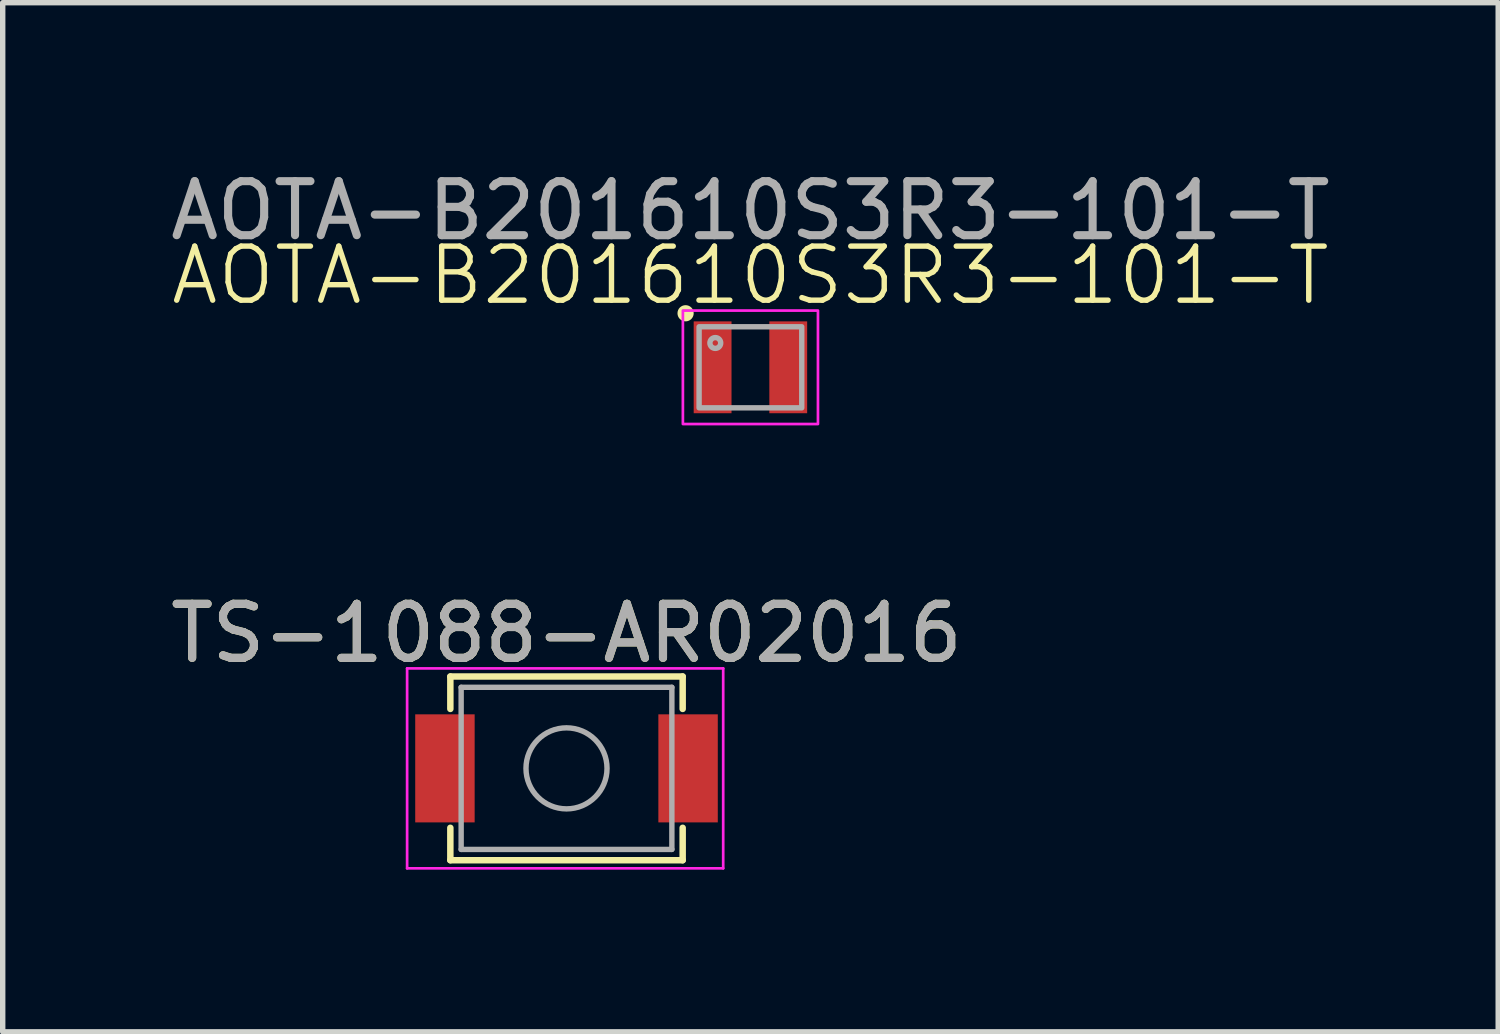
<source format=kicad_pcb>
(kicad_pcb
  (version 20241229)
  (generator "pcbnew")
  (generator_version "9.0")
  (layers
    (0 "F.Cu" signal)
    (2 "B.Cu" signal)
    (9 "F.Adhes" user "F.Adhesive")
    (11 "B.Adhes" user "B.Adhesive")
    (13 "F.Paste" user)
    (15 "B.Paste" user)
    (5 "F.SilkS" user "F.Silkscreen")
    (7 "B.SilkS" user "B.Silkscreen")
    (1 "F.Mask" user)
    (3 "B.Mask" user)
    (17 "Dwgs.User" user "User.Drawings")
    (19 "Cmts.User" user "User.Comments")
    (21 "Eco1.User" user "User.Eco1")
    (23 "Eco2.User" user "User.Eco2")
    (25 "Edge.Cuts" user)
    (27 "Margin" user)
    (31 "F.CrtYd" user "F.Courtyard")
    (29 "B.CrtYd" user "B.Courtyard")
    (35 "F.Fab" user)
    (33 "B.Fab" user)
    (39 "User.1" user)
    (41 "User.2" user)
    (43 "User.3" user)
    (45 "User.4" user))
  (footprint "AOTA-B201610S3R3-101-T"
    (layer "F.Cu")
    (at 10.839 3.748)
    (property "Reference" "AOTA-B201610S3R3-101-T" (at 0 -1.7 0) (unlocked yes) (layer "F.SilkS") (effects (font (size 1 1) (thickness 0.1))))
    (attr smd)
    (fp_circle (center -1.2 -1) (end -1.1 -1) (stroke (width 0.1) (type solid)) (fill yes) (layer "F.SilkS"))
    (fp_rect (start -1.25 -1.05) (end 1.25 1.05) (stroke (width 0.05) (type solid)) (fill no) (layer "F.CrtYd"))
    (fp_rect (start -0.95 -0.75) (end 0.95 0.75) (stroke (width 0.1) (type default)) (fill no) (layer "F.Fab"))
    (fp_circle (center -0.65 -0.45) (end -0.55 -0.45) (stroke (width 0.1) (type solid)) (fill no) (layer "F.Fab"))
    (fp_text user "${REFERENCE}" (at 0 -2.9 0) (unlocked yes) (layer "F.Fab") (effects (font (size 1 1) (thickness 0.15))))
    (pad "1" smd rect (at -0.7 0 90) (size 1.7 0.7) (layers "F.Cu" "F.Mask" "F.Paste"))
    (pad "2" smd rect (at 0.7 0 90) (size 1.7 0.7) (layers "F.Cu" "F.Mask" "F.Paste")))
  (footprint "TS-1088-AR02016"
    (layer "F.Cu")
    (at 7.435 11.171)
    (property "Reference" "TS-1088-AR02016" (at 0 -2.5 0) (layer "F.SilkS") (effects (font (size 1 1) (thickness 0.15))))
    (attr smd)
    (fp_line (start -2.15 -1.7) (end 2.15 -1.7) (stroke (width 0.12) (type solid)) (layer "F.SilkS"))
    (fp_line (start -2.15 -1.1) (end -2.15 -1.7) (stroke (width 0.12) (type solid)) (layer "F.SilkS"))
    (fp_line (start -2.15 1.7) (end -2.15 1.1) (stroke (width 0.12) (type solid)) (layer "F.SilkS"))
    (fp_line (start -2.15 1.7) (end 2.15 1.7) (stroke (width 0.12) (type solid)) (layer "F.SilkS"))
    (fp_line (start 2.15 -1.1) (end 2.15 -1.7) (stroke (width 0.12) (type solid)) (layer "F.SilkS"))
    (fp_line (start 2.15 1.7) (end 2.15 1.1) (stroke (width 0.12) (type solid)) (layer "F.SilkS"))
    (fp_line (start -2.95 -1.85) (end -2.95 1.85) (stroke (width 0.05) (type solid)) (layer "F.CrtYd"))
    (fp_line (start -2.95 1.85) (end 2.9 1.85) (stroke (width 0.05) (type solid)) (layer "F.CrtYd"))
    (fp_line (start 2.9 -1.85) (end -2.95 -1.85) (stroke (width 0.05) (type solid)) (layer "F.CrtYd"))
    (fp_line (start 2.9 1.85) (end 2.9 -1.85) (stroke (width 0.05) (type solid)) (layer "F.CrtYd"))
    (fp_line (start -1.95 -1.5) (end 1.95 -1.5) (stroke (width 0.1) (type solid)) (layer "F.Fab"))
    (fp_line (start -1.95 1.5) (end -1.95 -1.5) (stroke (width 0.1) (type solid)) (layer "F.Fab"))
    (fp_line (start 1.95 -1.5) (end 1.95 1.5) (stroke (width 0.1) (type solid)) (layer "F.Fab"))
    (fp_line (start 1.95 1.5) (end -1.95 1.5) (stroke (width 0.1) (type solid)) (layer "F.Fab"))
    (fp_circle (center 0 0) (end 0.75 0) (stroke (width 0.1) (type solid)) (fill no) (layer "F.Fab"))
    (fp_text user "${REFERENCE}" (at 0 -2.5 0) (layer "F.Fab") (effects (font (size 1 1) (thickness 0.15))))
    (pad "1" smd rect (at -2.25 0) (size 1.1 2) (layers "F.Cu" "F.Mask" "F.Paste"))
    (pad "2" smd rect (at 2.25 0) (size 1.1 2) (layers "F.Cu" "F.Mask" "F.Paste")))
  (gr_rect
    (start -3 -3)
    (end 24.679 16.047)
    (stroke (width 0.1) (type default))
    (fill no)
    (layer "Edge.Cuts")))
</source>
